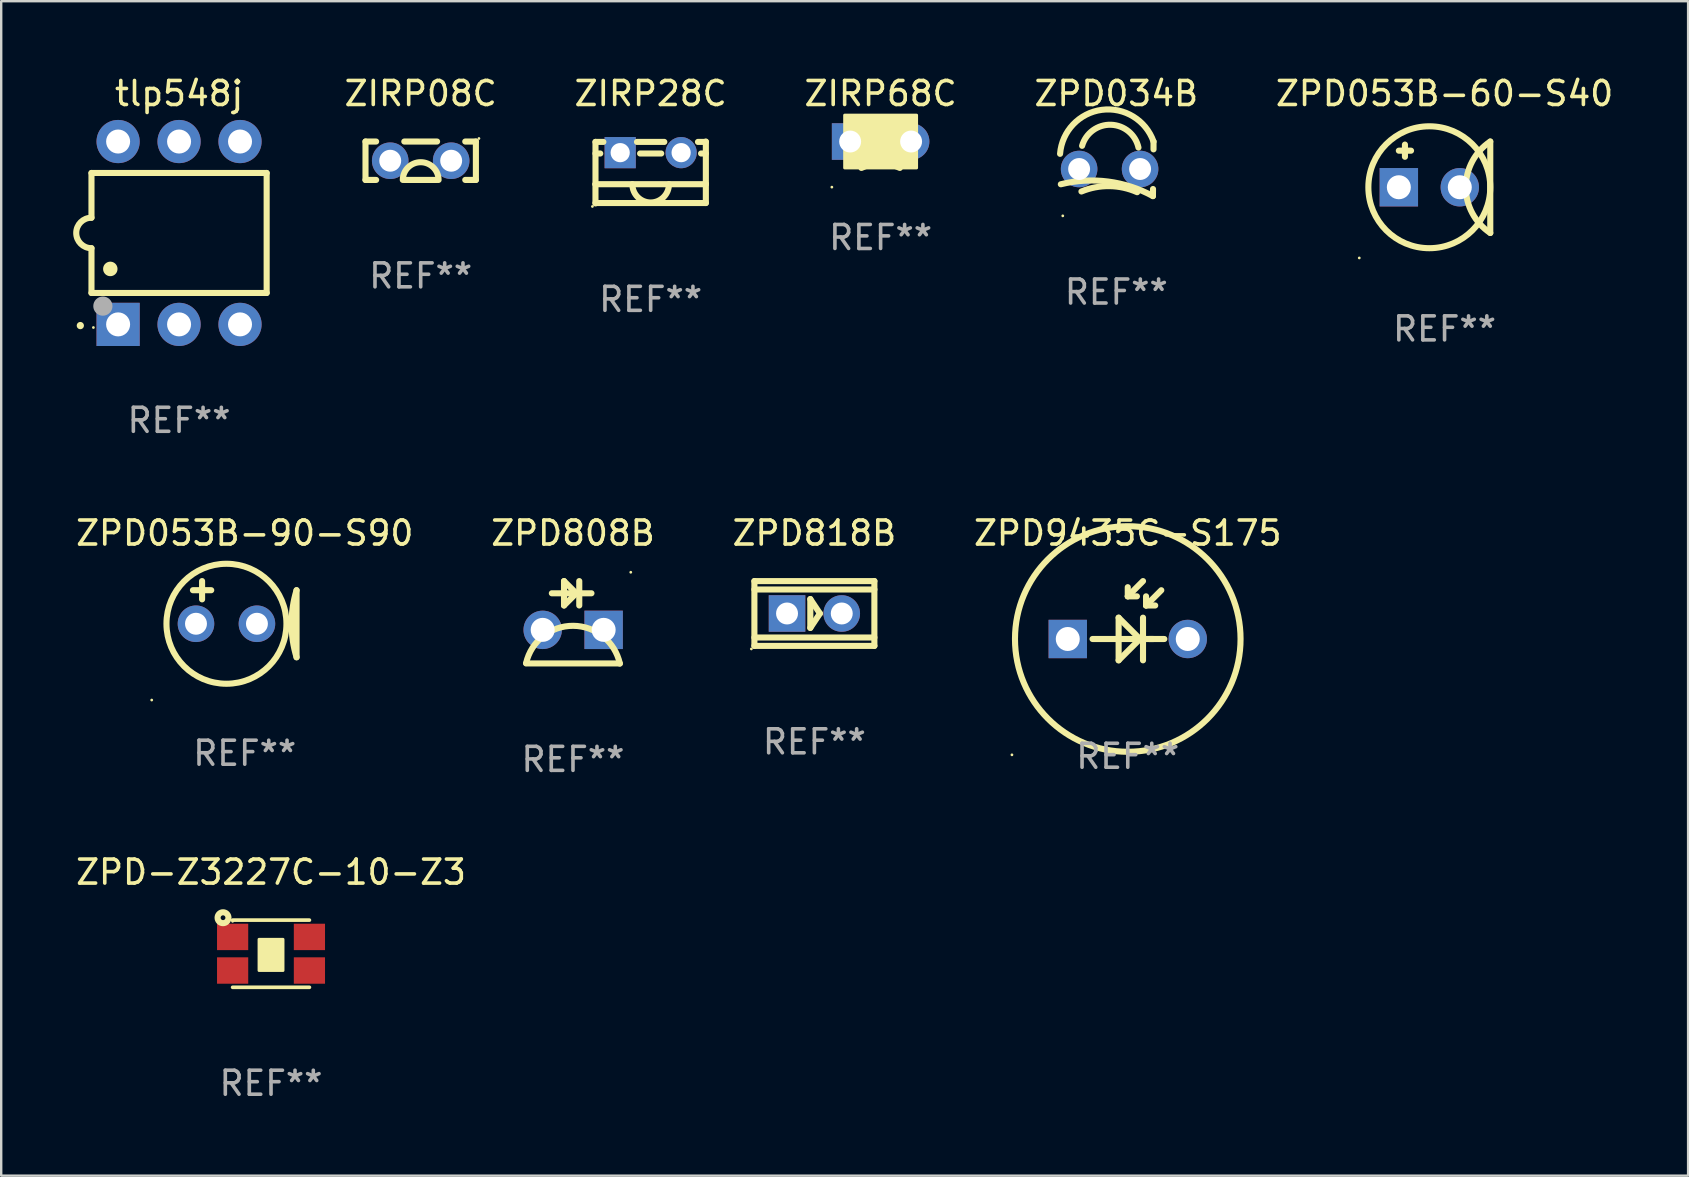
<source format=kicad_pcb>
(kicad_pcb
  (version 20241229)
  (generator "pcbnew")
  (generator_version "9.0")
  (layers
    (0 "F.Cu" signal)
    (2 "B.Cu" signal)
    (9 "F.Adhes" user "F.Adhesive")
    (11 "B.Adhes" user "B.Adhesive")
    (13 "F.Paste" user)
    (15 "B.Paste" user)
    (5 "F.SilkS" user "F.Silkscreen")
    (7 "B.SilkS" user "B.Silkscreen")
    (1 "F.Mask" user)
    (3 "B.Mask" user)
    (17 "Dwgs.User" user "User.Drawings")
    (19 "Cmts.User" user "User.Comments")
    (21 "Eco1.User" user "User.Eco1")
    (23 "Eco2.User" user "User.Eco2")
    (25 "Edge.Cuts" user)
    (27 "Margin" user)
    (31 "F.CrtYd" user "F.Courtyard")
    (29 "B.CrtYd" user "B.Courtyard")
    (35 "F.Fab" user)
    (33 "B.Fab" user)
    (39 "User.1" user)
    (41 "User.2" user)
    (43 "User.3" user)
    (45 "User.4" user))
  (footprint "ZPD-Z3227C-10-Z3"
    (layer "F.Cu")
    (at 8.244 36.693)
    (property "Reference" "ZPD-Z3227C-10-Z3" (at 0 -3.4 0) (layer "F.SilkS") (effects (font (size 1 1) (thickness 0.15))))
    (attr through_hole)
    (fp_line (start -1.6 -1.4) (end 1.6 -1.4) (stroke (width 0.152) (type solid)) (layer "F.SilkS"))
    (fp_line (start 0 0.4) (end 0.254 0.4) (stroke (width 0.152) (type solid)) (layer "F.SilkS"))
    (fp_line (start 1.6 1.4) (end -1.6 1.4) (stroke (width 0.152) (type solid)) (layer "F.SilkS"))
    (fp_circle (center -2 -1.5) (end -1.9 -1.5) (stroke (width 0.254) (type solid)) (fill no) (layer "F.SilkS"))
    (fp_circle (center -1.6 -1.35) (end -1.57 -1.35) (stroke (width 0.06) (type solid)) (fill no) (layer "F.SilkS"))
    (fp_poly (pts (xy -0.5 -0.6) (xy 0.5 -0.6) (xy 0.5 0.7) (xy -0.5 0.7)) (stroke (width 0.12) (type solid)) (fill yes) (layer "F.SilkS"))
    (fp_text user "REF**" (at 0 5.4 0) (layer "F.Fab") (effects (font (size 1 1) (thickness 0.15))))
    (pad "1" smd rect (at -1.6 -0.7) (size 1.3 1.1) (layers "F.Cu" "F.Mask" "F.Paste"))
    (pad "1" smd rect (at -1.6 0.7) (size 1.3 1.1) (layers "F.Cu" "F.Mask" "F.Paste"))
    (pad "2" smd rect (at 1.6 -0.7) (size 1.3 1.1) (layers "F.Cu" "F.Mask" "F.Paste"))
    (pad "2" smd rect (at 1.6 0.7) (size 1.3 1.1) (layers "F.Cu" "F.Mask" "F.Paste")))
  (footprint "ZPD053B-60-S40"
    (layer "F.Cu")
    (at 57.147 4.753)
    (property "Reference" "ZPD053B-60-S40" (at 0 -3.905 0) (layer "F.SilkS") (effects (font (size 1 1) (thickness 0.15))))
    (attr through_hole)
    (fp_line (start -1.905 -1.524) (end -1.397 -1.524) (stroke (width 0.254) (type solid)) (layer "F.SilkS"))
    (fp_line (start -1.651 -1.778) (end -1.651 -1.27) (stroke (width 0.254) (type solid)) (layer "F.SilkS"))
    (fp_line (start 1.905 1.905) (end 1.905 -1.905) (stroke (width 0.254) (type solid)) (layer "F.SilkS"))
    (fp_arc (start 1.904999 1.905) (mid 0.885477 0) (end 1.904999 -1.905) (stroke (width 0.254001) (type solid)) (layer "F.SilkS"))
    (fp_circle (center -3.554 2.946) (end -3.524 2.946) (stroke (width 0.06) (type solid)) (fill no) (layer "F.SilkS"))
    (fp_circle (center -0.635 0) (end 1.905 0) (stroke (width 0.254) (type solid)) (fill no) (layer "F.SilkS"))
    (fp_text user "REF**" (at 0 5.905 0) (layer "F.Fab") (effects (font (size 1 1) (thickness 0.15))))
    (pad "1" thru_hole rect (at -1.905 0) (size 1.6 1.6) (drill 1) (layers "*.Cu" "*.Mask"))
    (pad "2" thru_hole circle (at 0.635 0) (size 1.6 1.6) (drill 1) (layers "*.Cu" "*.Mask")))
  (footprint "ZPD034B"
    (layer "F.Cu")
    (at 43.469 3.985)
    (property "Reference" "ZPD034B" (at 0 -3.137 0) (layer "F.SilkS") (effects (font (size 1 1) (thickness 0.15))))
    (attr through_hole)
    (fp_line (start 1.529 0.842) (end 1.525 1.137) (stroke (width 0.254) (type solid)) (layer "F.SilkS"))
    (fp_line (start 1.55 -1.137) (end 1.55 -0.811) (stroke (width 0.254) (type solid)) (layer "F.SilkS"))
    (fp_arc (start -2.344336 -0.624664) (mid -0.604362 -2.457931) (end 1.550229 -1.136525) (stroke (width 0.254001) (type solid)) (layer "F.SilkS"))
    (fp_arc (start -2.31223 0.643358) (mid -0.347208 0.529557) (end 1.525184 1.136526) (stroke (width 0.254001) (type solid)) (layer "F.SilkS"))
    (fp_arc (start -1.45348 0.944425) (mid -0.289454 0.72139) (end 0.868415 0.974448) (stroke (width 0.254001) (type solid)) (layer "F.SilkS"))
    (fp_arc (start -1.426174 -0.958548) (mid -0.223791 -1.836179) (end 0.922695 -0.88669) (stroke (width 0.254001) (type solid)) (layer "F.SilkS"))
    (fp_circle (center -2.231 1.96) (end -2.201 1.96) (stroke (width 0.06) (type solid)) (fill no) (layer "F.SilkS"))
    (fp_text user "REF**" (at 0 5.137 0) (layer "F.Fab") (effects (font (size 1 1) (thickness 0.15))))
    (pad "1" thru_hole circle (at -1.55 0.008) (size 1.524 1.524) (drill 0.914) (layers "*.Cu" "*.Mask"))
    (pad "2" thru_hole circle (at 0.99 0.008) (size 1.524 1.524) (drill 0.914) (layers "*.Cu" "*.Mask")))
  (footprint "ZIRP28C"
    (layer "F.Cu")
    (at 24.064 4.137)
    (property "Reference" "ZIRP28C" (at 0 -3.289 0) (layer "F.SilkS") (effects (font (size 1 1) (thickness 0.15))))
    (attr through_hole)
    (fp_line (start -2.3 0.489) (end -2.3 1.289) (stroke (width 0.254) (type solid)) (layer "F.SilkS"))
    (fp_line (start -2.299 -1.273) (end -1.971 -1.273) (stroke (width 0.254) (type solid)) (layer "F.SilkS"))
    (fp_line (start -2.299 0.489) (end -2.299 -1.273) (stroke (width 0.254) (type solid)) (layer "F.SilkS"))
    (fp_line (start -2.1 -0.79) (end -2.299 -0.79) (stroke (width 0.254) (type solid)) (layer "F.SilkS"))
    (fp_line (start -0.569 -1.273) (end 0.569 -1.273) (stroke (width 0.254) (type solid)) (layer "F.SilkS"))
    (fp_line (start 0.44 -0.79) (end -0.44 -0.79) (stroke (width 0.254) (type solid)) (layer "F.SilkS"))
    (fp_line (start 1.971 -1.273) (end 2.3 -1.273) (stroke (width 0.254) (type solid)) (layer "F.SilkS"))
    (fp_line (start 2.3 -1.289) (end 2.3 0.473) (stroke (width 0.254) (type solid)) (layer "F.SilkS"))
    (fp_line (start 2.3 -0.79) (end 2.1 -0.79) (stroke (width 0.254) (type solid)) (layer "F.SilkS"))
    (fp_line (start 2.3 0.473) (end 2.3 1.273) (stroke (width 0.254) (type solid)) (layer "F.SilkS"))
    (fp_line (start 2.3 0.489) (end -2.3 0.489) (stroke (width 0.254) (type solid)) (layer "F.SilkS"))
    (fp_line (start 2.3 1.273) (end -2.3 1.273) (stroke (width 0.254) (type solid)) (layer "F.SilkS"))
    (fp_arc (start 0.762002 0.489332) (mid 0 1.251334) (end -0.762002 0.489332) (stroke (width 0.254001) (type solid)) (layer "F.SilkS"))
    (fp_circle (center -2.427 1.416) (end -2.397 1.416) (stroke (width 0.06) (type solid)) (fill no) (layer "F.SilkS"))
    (fp_text user "REF**" (at 0 5.289 0) (layer "F.Fab") (effects (font (size 1 1) (thickness 0.15))))
    (pad "1" thru_hole rect (at -1.27 -0.826) (size 1.3 1.3) (drill 0.8) (layers "*.Cu" "*.Mask"))
    (pad "2" thru_hole circle (at 1.27 -0.826) (size 1.3 1.3) (drill 0.8) (layers "*.Cu" "*.Mask")))
  (footprint "ZIRP08C"
    (layer "F.Cu")
    (at 14.481 3.648)
    (property "Reference" "ZIRP08C" (at 0 -2.8 0) (layer "F.SilkS") (effects (font (size 1 1) (thickness 0.15))))
    (attr through_hole)
    (fp_line (start -2.3 -0.8) (end -1.857 -0.8) (stroke (width 0.254) (type solid)) (layer "F.SilkS"))
    (fp_line (start -2.3 0.8) (end -2.3 -0.8) (stroke (width 0.254) (type solid)) (layer "F.SilkS"))
    (fp_line (start -1.857 0.8) (end -2.3 0.8) (stroke (width 0.254) (type solid)) (layer "F.SilkS"))
    (fp_line (start -0.683 -0.8) (end 0.683 -0.8) (stroke (width 0.254) (type solid)) (layer "F.SilkS"))
    (fp_line (start 0.683 0.8) (end -0.683 0.8) (stroke (width 0.254) (type solid)) (layer "F.SilkS"))
    (fp_line (start 1.857 -0.8) (end 2.3 -0.8) (stroke (width 0.254) (type solid)) (layer "F.SilkS"))
    (fp_line (start 2.3 -0.8) (end 2.3 0.8) (stroke (width 0.254) (type solid)) (layer "F.SilkS"))
    (fp_line (start 2.3 0.8) (end 1.857 0.8) (stroke (width 0.254) (type solid)) (layer "F.SilkS"))
    (fp_arc (start -0.745911 0.798552) (mid 0 0.056859) (end 0.745784 0.798679) (stroke (width 0.254001) (type solid)) (layer "F.SilkS"))
    (fp_circle (center 2.427 -0.927) (end 2.457 -0.927) (stroke (width 0.06) (type solid)) (fill no) (layer "F.SilkS"))
    (fp_text user "REF**" (at 0 4.8 0) (layer "F.Fab") (effects (font (size 1 1) (thickness 0.15))))
    (pad "1" thru_hole circle (at 1.27 0) (size 1.524 1.524) (drill 0.914) (layers "*.Cu" "*.Mask"))
    (pad "2" thru_hole circle (at -1.27 0) (size 1.524 1.524) (drill 0.914) (layers "*.Cu" "*.Mask")))
  (footprint "ZPD818B"
    (layer "F.Cu")
    (at 30.887 22.515)
    (property "Reference" "ZPD818B" (at 0 -3.35 0) (layer "F.SilkS") (effects (font (size 1 1) (thickness 0.15))))
    (attr through_hole)
    (fp_line (start -2.5 -1) (end 2.5 -1) (stroke (width 0.254) (type solid)) (layer "F.SilkS"))
    (fp_line (start -2.5 -1.35) (end 2.5 -1.35) (stroke (width 0.254) (type solid)) (layer "F.SilkS"))
    (fp_line (start -2.5 1) (end 2.5 1) (stroke (width 0.254) (type solid)) (layer "F.SilkS"))
    (fp_line (start -2.5 1.35) (end -2.5 -1.35) (stroke (width 0.254) (type solid)) (layer "F.SilkS"))
    (fp_line (start -0.17 -0.6) (end 0.23 0) (stroke (width 0.254) (type solid)) (layer "F.SilkS"))
    (fp_line (start -0.17 0.6) (end -0.17 -0.6) (stroke (width 0.254) (type solid)) (layer "F.SilkS"))
    (fp_line (start 0.23 0) (end -0.17 0.6) (stroke (width 0.254) (type solid)) (layer "F.SilkS"))
    (fp_line (start 2.5 -1.35) (end 2.5 1.35) (stroke (width 0.254) (type solid)) (layer "F.SilkS"))
    (fp_line (start 2.5 1.35) (end -2.5 1.35) (stroke (width 0.254) (type solid)) (layer "F.SilkS"))
    (fp_circle (center -2.627 1.477) (end -2.597 1.477) (stroke (width 0.06) (type solid)) (fill no) (layer "F.SilkS"))
    (fp_text user "REF**" (at 0 5.35 0) (layer "F.Fab") (effects (font (size 1 1) (thickness 0.15))))
    (pad "1" thru_hole rect (at -1.14 0) (size 1.524 1.524) (drill 0.914) (layers "*.Cu" "*.Mask"))
    (pad "2" thru_hole circle (at 1.14 0) (size 1.524 1.524) (drill 0.914) (layers "*.Cu" "*.Mask")))
  (footprint "ZIRP68C"
    (layer "F.Cu")
    (at 33.647 2.848)
    (property "Reference" "ZIRP68C" (at 0 -2 0) (layer "F.SilkS") (effects (font (size 1 1) (thickness 0.15))))
    (attr through_hole)
    (fp_arc (start -0.8 1.1) (mid 0.000013 0.911141) (end 0.800026 1.1) (stroke (width 0.254001) (type solid)) (layer "F.SilkS"))
    (fp_circle (center -2.032 1.9) (end -2.002 1.9) (stroke (width 0.06) (type solid)) (fill no) (layer "F.SilkS"))
    (fp_poly (pts (xy -1.5 -1.1) (xy 1.5 -1.1) (xy 1.5 1.1) (xy -1.5 1.1)) (stroke (width 0.12) (type solid)) (fill yes) (layer "F.SilkS"))
    (fp_text user "REF**" (at 0 4 0) (layer "F.Fab") (effects (font (size 1 1) (thickness 0.15))))
    (pad "1" thru_hole rect (at -1.27 0) (size 1.524 1.524) (drill 0.914) (layers "*.Cu" "*.Mask"))
    (pad "2" thru_hole circle (at 1.27 0) (size 1.524 1.524) (drill 0.914) (layers "*.Cu" "*.Mask")))
  (footprint "ZPD053B-90-S90"
    (layer "F.Cu")
    (at 7.149 22.752)
    (property "Reference" "ZPD053B-90-S90" (at 0 -3.588 0) (layer "F.SilkS") (effects (font (size 1 1) (thickness 0.15))))
    (attr through_hole)
    (fp_line (start -2.159 -1.207) (end -1.397 -1.207) (stroke (width 0.254) (type solid)) (layer "F.SilkS"))
    (fp_line (start -1.778 -0.826) (end -1.778 -1.588) (stroke (width 0.254) (type solid)) (layer "F.SilkS"))
    (fp_line (start 2.159 -1.207) (end 2.159 1.588) (stroke (width 0.254) (type solid)) (layer "F.SilkS"))
    (fp_arc (start 2.159005 1.587504) (mid 1.950538 0.190501) (end 2.159004 -1.206502) (stroke (width 0.254001) (type solid)) (layer "F.SilkS"))
    (fp_circle (center -3.877 3.37) (end -3.847 3.37) (stroke (width 0.06) (type solid)) (fill no) (layer "F.SilkS"))
    (fp_circle (center -0.762 0.191) (end 1.738 0.191) (stroke (width 0.254) (type solid)) (fill no) (layer "F.SilkS"))
    (fp_text user "REF**" (at 0 5.588 0) (layer "F.Fab") (effects (font (size 1 1) (thickness 0.15))))
    (pad "1" thru_hole circle (at -2.032 0.191) (size 1.524 1.524) (drill 0.914) (layers "*.Cu" "*.Mask"))
    (pad "2" thru_hole circle (at 0.508 0.191) (size 1.524 1.524) (drill 0.914) (layers "*.Cu" "*.Mask")))
  (footprint "ZPD808B"
    (layer "F.Cu")
    (at 20.827 22.881)
    (property "Reference" "ZPD808B" (at 0 -3.716 0) (layer "F.SilkS") (effects (font (size 1 1) (thickness 0.15))))
    (attr through_hole)
    (fp_line (start -1.953 1.716) (end 1.953 1.716) (stroke (width 0.254) (type solid)) (layer "F.SilkS"))
    (fp_line (start -0.881 -1.208) (end 0.77 -1.208) (stroke (width 0.254) (type solid)) (layer "F.SilkS"))
    (fp_line (start -0.373 -1.716) (end -0.373 -0.7) (stroke (width 0.254) (type solid)) (layer "F.SilkS"))
    (fp_line (start -0.373 -0.7) (end 0.135 -1.208) (stroke (width 0.254) (type solid)) (layer "F.SilkS"))
    (fp_line (start 0.135 -1.208) (end -0.373 -1.716) (stroke (width 0.254) (type solid)) (layer "F.SilkS"))
    (fp_line (start 0.262 -1.716) (end 0.262 -0.7) (stroke (width 0.254) (type solid)) (layer "F.SilkS"))
    (fp_arc (start -1.953188 1.70005) (mid 0.008457 0.147404) (end 1.953188 1.721184) (stroke (width 0.254001) (type solid)) (layer "F.SilkS"))
    (fp_circle (center 2.408 -2.084) (end 2.438 -2.084) (stroke (width 0.06) (type solid)) (fill no) (layer "F.SilkS"))
    (fp_text user "REF**" (at 0 5.716 0) (layer "F.Fab") (effects (font (size 1 1) (thickness 0.15))))
    (pad "1" thru_hole rect (at 1.278 0.316 180) (size 1.6 1.6) (drill 1) (layers "*.Cu" "*.Mask"))
    (pad "2" thru_hole circle (at -1.262 0.316) (size 1.6 1.6) (drill 1) (layers "*.Cu" "*.Mask")))
  (footprint "tlp548j"
    (layer "F.Cu")
    (at 4.412 6.658)
    (property "Reference" "tlp548j" (at 0 -5.81 0) (layer "F.SilkS") (effects (font (size 1 1) (thickness 0.15))))
    (attr through_hole)
    (fp_line (start -3.65 -2.5) (end 3.65 -2.5) (stroke (width 0.254) (type solid)) (layer "F.SilkS"))
    (fp_line (start -3.65 -0.635) (end -3.65 -2.5) (stroke (width 0.254) (type solid)) (layer "F.SilkS"))
    (fp_line (start -3.65 0.635) (end -3.65 2.5) (stroke (width 0.254) (type solid)) (layer "F.SilkS"))
    (fp_line (start -3.65 2.5) (end 3.65 2.5) (stroke (width 0.254) (type solid)) (layer "F.SilkS"))
    (fp_line (start 3.65 -2.5) (end 3.65 2.5) (stroke (width 0.254) (type solid)) (layer "F.SilkS"))
    (fp_arc (start -4.114808 3.860808) (mid -4.114813 3.859538) (end -4.114808 3.858268) (stroke (width 0.3) (type solid)) (layer "F.SilkS"))
    (fp_arc (start -3.650013 0.635001) (mid -4.285014 0) (end -3.650013 -0.635001) (stroke (width 0.254001) (type solid)) (layer "F.SilkS"))
    (fp_arc (start -2.865405 1.501143) (mid -2.865416 1.498603) (end -2.865405 1.496063) (stroke (width 0.6) (type solid)) (layer "F.SilkS"))
    (fp_circle (center -3.57 3.94) (end -3.54 3.94) (stroke (width 0.06) (type solid)) (fill no) (layer "F.SilkS"))
    (fp_circle (center -3.175 3.048) (end -2.975 3.048) (stroke (width 0.4) (type solid)) (fill no) (layer "F.Fab"))
    (fp_text user "REF**" (at 0 7.81 0) (layer "F.Fab") (effects (font (size 1 1) (thickness 0.15))))
    (pad "1" thru_hole rect (at -2.54 3.81 90) (size 1.8 1.8) (drill 1) (layers "*.Cu" "*.Mask"))
    (pad "2" thru_hole circle (at 0 3.81) (size 1.8 1.8) (drill 1) (layers "*.Cu" "*.Mask"))
    (pad "3" thru_hole circle (at 2.54 3.81) (size 1.8 1.8) (drill 1) (layers "*.Cu" "*.Mask"))
    (pad "4" thru_hole circle (at 2.54 -3.81) (size 1.8 1.8) (drill 1) (layers "*.Cu" "*.Mask"))
    (pad "5" thru_hole circle (at 0 -3.81) (size 1.8 1.8) (drill 1) (layers "*.Cu" "*.Mask"))
    (pad "6" thru_hole circle (at -2.54 -3.81) (size 1.8 1.8) (drill 1) (layers "*.Cu" "*.Mask")))
  (footprint "ZPD9435C-S175"
    (layer "F.Cu")
    (at 43.946 22.816)
    (property "Reference" "ZPD9435C-S175" (at 0 -3.651 0) (layer "F.SilkS") (effects (font (size 1 1) (thickness 0.15))))
    (attr through_hole)
    (fp_line (start -1.397 0.762) (end -1.469 0.762) (stroke (width 0.254) (type solid)) (layer "F.SilkS"))
    (fp_line (start -1.397 0.762) (end 1.524 0.762) (stroke (width 0.254) (type solid)) (layer "F.SilkS"))
    (fp_line (start -0.381 -0.127) (end -0.381 1.651) (stroke (width 0.254) (type solid)) (layer "F.SilkS"))
    (fp_line (start 0 -1.016) (end 0 -1.397) (stroke (width 0.254) (type solid)) (layer "F.SilkS"))
    (fp_line (start 0 -1.016) (end 0.381 -1.016) (stroke (width 0.254) (type solid)) (layer "F.SilkS"))
    (fp_line (start 0.42 0.762) (end 0.508 0.762) (stroke (width 0.254) (type solid)) (layer "F.SilkS"))
    (fp_line (start 0.508 0.762) (end -0.381 -0.127) (stroke (width 0.254) (type solid)) (layer "F.SilkS"))
    (fp_line (start 0.508 0.762) (end -0.381 1.651) (stroke (width 0.254) (type solid)) (layer "F.SilkS"))
    (fp_line (start 0.624 0.762) (end 0.508 0.762) (stroke (width 0.254) (type solid)) (layer "F.SilkS"))
    (fp_line (start 0.635 -1.651) (end 0 -1.016) (stroke (width 0.254) (type solid)) (layer "F.SilkS"))
    (fp_line (start 0.635 -0.127) (end 0.635 1.651) (stroke (width 0.254) (type solid)) (layer "F.SilkS"))
    (fp_line (start 0.762 -0.635) (end 0.762 -1.016) (stroke (width 0.254) (type solid)) (layer "F.SilkS"))
    (fp_line (start 0.762 -0.635) (end 1.143 -0.635) (stroke (width 0.254) (type solid)) (layer "F.SilkS"))
    (fp_line (start 0.889 0.762) (end 1.088 0.762) (stroke (width 0.254) (type solid)) (layer "F.SilkS"))
    (fp_line (start 1.397 -1.27) (end 0.762 -0.635) (stroke (width 0.254) (type solid)) (layer "F.SilkS"))
    (fp_circle (center -4.827 5.589) (end -4.797 5.589) (stroke (width 0.06) (type solid)) (fill no) (layer "F.SilkS"))
    (fp_circle (center 0.000127 0.762) (end 4.7 0.762) (stroke (width 0.254) (type solid)) (fill no) (layer "F.SilkS"))
    (fp_text user "REF**" (at 0 5.651 0) (layer "F.Fab") (effects (font (size 1 1) (thickness 0.15))))
    (pad "1" thru_hole rect (at -2.5 0.762) (size 1.6 1.6) (drill 1) (layers "*.Cu" "*.Mask"))
    (pad "2" thru_hole circle (at 2.5 0.762) (size 1.6 1.6) (drill 1) (layers "*.Cu" "*.Mask")))
  (gr_rect
    (start -3 -3)
    (end 67.296 45.941)
    (stroke (width 0.1) (type default))
    (fill no)
    (layer "Edge.Cuts")))
</source>
